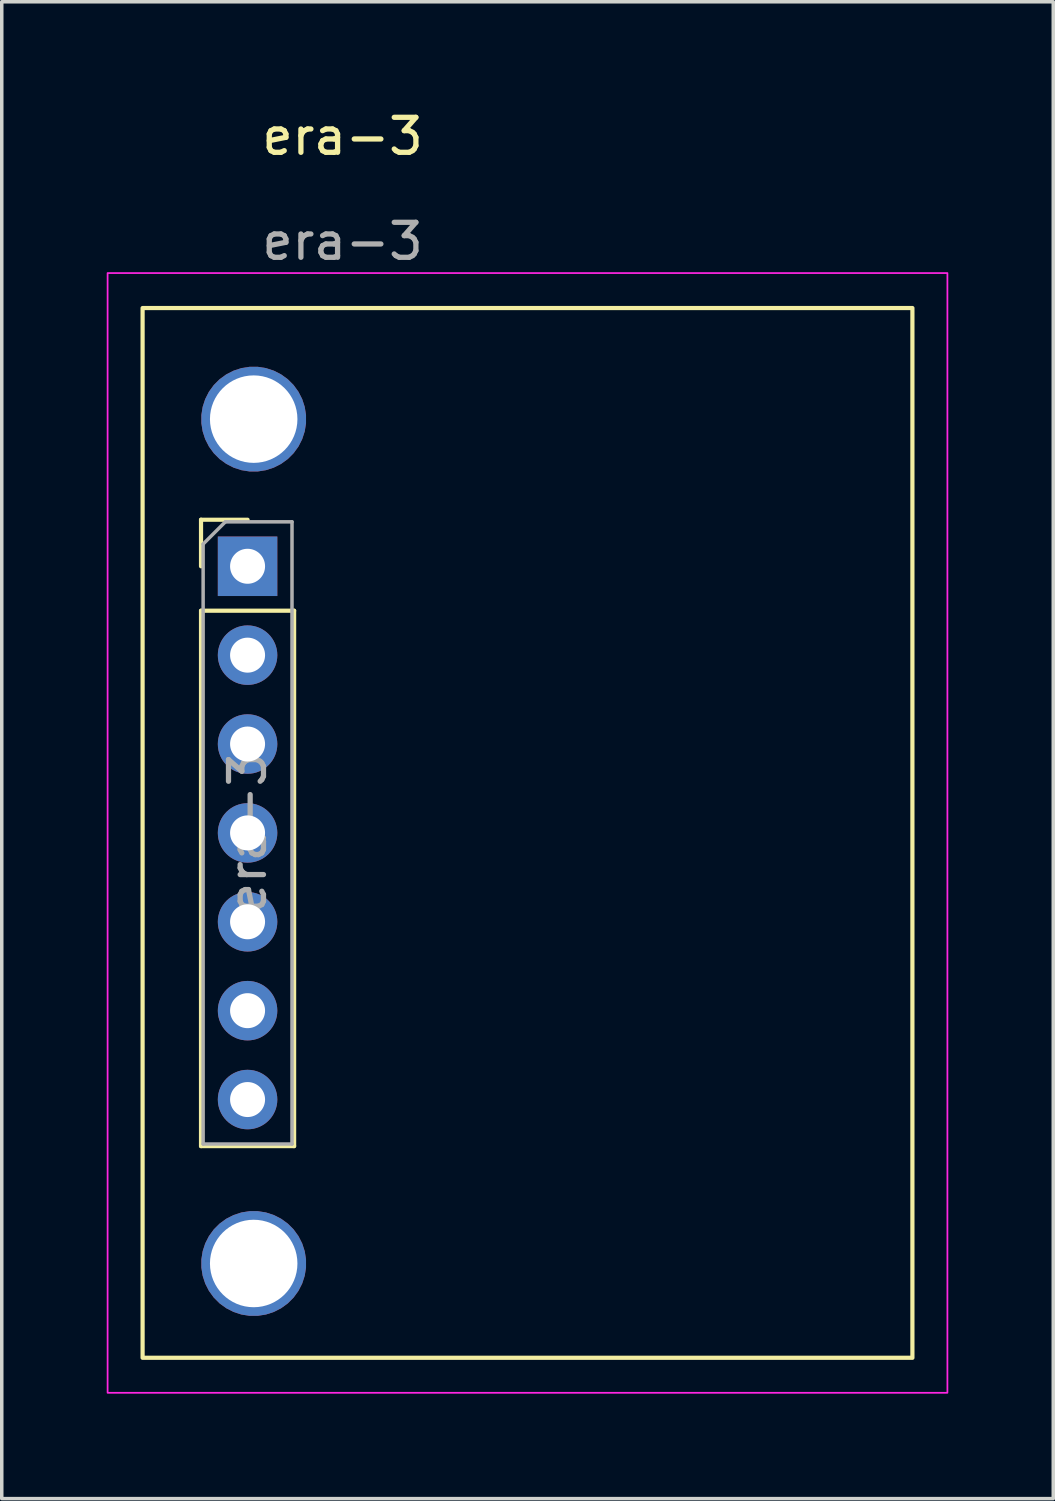
<source format=kicad_pcb>
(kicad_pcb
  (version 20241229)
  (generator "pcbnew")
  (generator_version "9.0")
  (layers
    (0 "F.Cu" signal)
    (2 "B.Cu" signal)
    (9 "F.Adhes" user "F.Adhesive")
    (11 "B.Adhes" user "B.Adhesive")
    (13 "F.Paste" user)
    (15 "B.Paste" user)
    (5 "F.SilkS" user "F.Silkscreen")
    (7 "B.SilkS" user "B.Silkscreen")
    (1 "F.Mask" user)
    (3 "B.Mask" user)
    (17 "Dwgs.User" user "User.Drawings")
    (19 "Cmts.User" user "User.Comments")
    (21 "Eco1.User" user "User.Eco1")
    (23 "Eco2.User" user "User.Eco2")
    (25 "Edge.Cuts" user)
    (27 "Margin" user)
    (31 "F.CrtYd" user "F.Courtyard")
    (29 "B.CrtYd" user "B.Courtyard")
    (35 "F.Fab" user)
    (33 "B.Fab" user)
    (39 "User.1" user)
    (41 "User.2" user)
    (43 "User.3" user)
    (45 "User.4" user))
  (footprint "era-3"
    (layer "F.Cu")
    (at 1.025 5.753)
    (property "Reference" "era-3" (at 5.715 -4.905 0) (unlocked yes) (layer "F.SilkS") (effects (font (size 1 1) (thickness 0.15))))
    (attr through_hole)
    (fp_line (start 1.67 6.05) (end 3 6.05) (stroke (width 0.12) (type solid)) (layer "F.SilkS"))
    (fp_line (start 1.67 7.38) (end 1.67 6.05) (stroke (width 0.12) (type solid)) (layer "F.SilkS"))
    (fp_line (start 1.67 8.65) (end 1.67 23.95) (stroke (width 0.12) (type solid)) (layer "F.SilkS"))
    (fp_line (start 1.67 8.65) (end 4.33 8.65) (stroke (width 0.12) (type solid)) (layer "F.SilkS"))
    (fp_line (start 1.67 23.95) (end 4.33 23.95) (stroke (width 0.12) (type solid)) (layer "F.SilkS"))
    (fp_line (start 4.33 8.65) (end 4.33 23.95) (stroke (width 0.12) (type solid)) (layer "F.SilkS"))
    (fp_rect (start 0 0) (end 22 30) (stroke (width 0.12) (type solid)) (fill no) (layer "F.SilkS"))
    (fp_rect (start -1 -1) (end 23 31) (stroke (width 0.05) (type solid)) (fill no) (layer "F.CrtYd"))
    (fp_line (start 1.73 6.745) (end 2.365 6.11) (stroke (width 0.1) (type solid)) (layer "F.Fab"))
    (fp_line (start 1.73 23.89) (end 1.73 6.745) (stroke (width 0.1) (type solid)) (layer "F.Fab"))
    (fp_line (start 2.365 6.11) (end 4.27 6.11) (stroke (width 0.1) (type solid)) (layer "F.Fab"))
    (fp_line (start 4.27 6.11) (end 4.27 23.89) (stroke (width 0.1) (type solid)) (layer "F.Fab"))
    (fp_line (start 4.27 23.89) (end 1.73 23.89) (stroke (width 0.1) (type solid)) (layer "F.Fab"))
    (fp_text user "${REFERENCE}" (at 3 15 90) (layer "F.Fab") (effects (font (size 1 1) (thickness 0.15))))
    (fp_text user "${REFERENCE}" (at 5.715 -1.905 0) (unlocked yes) (layer "F.Fab") (effects (font (size 1 1) (thickness 0.15))))
    (pad "1" thru_hole rect (at 3 7.38) (size 1.7 1.7) (drill 1) (layers "*.Cu" "*.Mask"))
    (pad "2" thru_hole oval (at 3 9.92) (size 1.7 1.7) (drill 1) (layers "*.Cu" "*.Mask"))
    (pad "3" thru_hole oval (at 3 12.46) (size 1.7 1.7) (drill 1) (layers "*.Cu" "*.Mask"))
    (pad "4" thru_hole oval (at 3 15) (size 1.7 1.7) (drill 1) (layers "*.Cu" "*.Mask"))
    (pad "5" thru_hole oval (at 3 17.54) (size 1.7 1.7) (drill 1) (layers "*.Cu" "*.Mask"))
    (pad "6" thru_hole oval (at 3 20.08) (size 1.7 1.7) (drill 1) (layers "*.Cu" "*.Mask"))
    (pad "7" thru_hole oval (at 3 22.62) (size 1.7 1.7) (drill 1) (layers "*.Cu" "*.Mask"))
    (pad "8" thru_hole custom (at 3.175 3.175) (size 3 3) (drill 2.5) (layers "*.Cu" "*.Mask") (options (anchor circle)) (primitives))
    (pad "8" thru_hole custom (at 3.175 27.305) (size 3 3) (drill 2.5) (layers "*.Cu" "*.Mask") (options (anchor circle)) (primitives)))
  (gr_rect
    (start -3 -3)
    (end 27.05 39.778)
    (stroke (width 0.1) (type default))
    (fill no)
    (layer "Edge.Cuts")))
</source>
